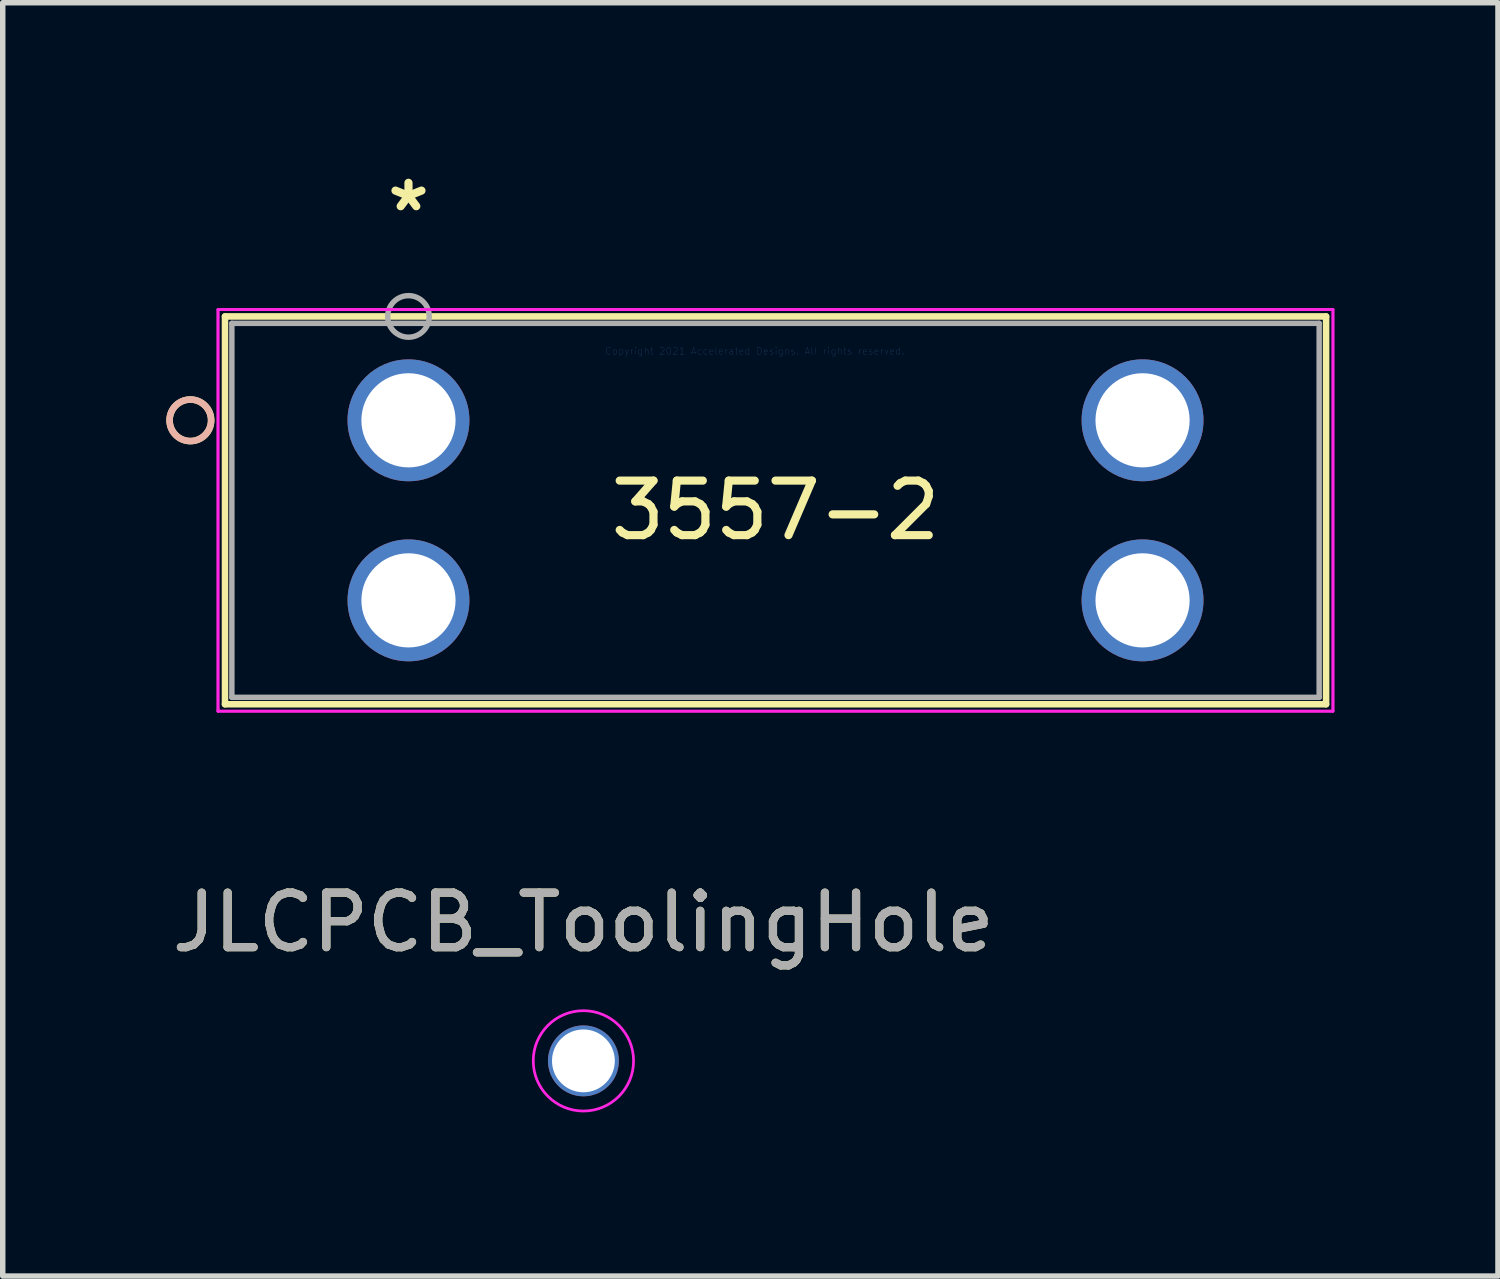
<source format=kicad_pcb>
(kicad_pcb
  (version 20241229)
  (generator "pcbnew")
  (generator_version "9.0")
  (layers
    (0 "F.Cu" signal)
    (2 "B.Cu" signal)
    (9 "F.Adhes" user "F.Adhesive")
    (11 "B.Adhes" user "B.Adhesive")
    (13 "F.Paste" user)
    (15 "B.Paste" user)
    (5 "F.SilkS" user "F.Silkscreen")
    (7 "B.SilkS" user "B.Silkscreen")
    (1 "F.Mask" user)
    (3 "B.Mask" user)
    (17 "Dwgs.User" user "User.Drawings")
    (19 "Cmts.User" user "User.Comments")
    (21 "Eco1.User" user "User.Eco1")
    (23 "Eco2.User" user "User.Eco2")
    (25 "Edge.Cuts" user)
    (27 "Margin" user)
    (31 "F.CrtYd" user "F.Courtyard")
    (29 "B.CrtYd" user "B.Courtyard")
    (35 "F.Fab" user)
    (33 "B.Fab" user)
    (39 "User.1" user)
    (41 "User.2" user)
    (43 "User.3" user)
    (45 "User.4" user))
  (footprint "JLCPCB_ToolingHole"
    (layer "F.Cu")
    (at 7.649 16.405)
    (property "Reference" "JLCPCB_ToolingHole" (at 0 -2.54 0) (layer "F.SilkS") (effects (font (size 1 1) (thickness 0.15))))
    (attr exclude_from_pos_files)
    (fp_circle (center 0 0) (end 0.92 0) (stroke (width 0.05) (type solid)) (fill no) (layer "F.CrtYd"))
    (fp_text user "${REFERENCE}" (at 0 -2.54 0) (layer "F.Fab") (effects (font (size 1 1) (thickness 0.15))))
    (pad "" np_thru_hole circle (at 0 0) (size 1.3 1.3) (drill 1.152) (layers "*.Cu" "*.Mask")))
  (footprint "3557-2"
    (layer "F.Cu")
    (at 4.441 4.658)
    (property "Reference" "3557-2" (at 6.731 1.651 0) (layer "F.SilkS") (effects (font (size 1 1) (thickness 0.15))))
    (attr through_hole)
    (fp_line (start -3.365 -1.905) (end -3.365 5.207) (stroke (width 0.12) (type solid)) (layer "F.SilkS"))
    (fp_line (start -3.365 5.207) (end 16.828 5.207) (stroke (width 0.12) (type solid)) (layer "F.SilkS"))
    (fp_line (start 16.828 -1.905) (end -3.365 -1.905) (stroke (width 0.12) (type solid)) (layer "F.SilkS"))
    (fp_line (start 16.828 5.207) (end 16.828 -1.905) (stroke (width 0.12) (type solid)) (layer "F.SilkS"))
    (fp_circle (center -4 0) (end -3.619 0) (stroke (width 0.12) (type solid)) (fill no) (layer "F.SilkS"))
    (fp_circle (center -4 0) (end -3.619 0) (stroke (width 0.12) (type solid)) (fill no) (layer "B.SilkS"))
    (fp_line (start -3.493 -2.032) (end -3.493 5.334) (stroke (width 0.05) (type solid)) (layer "F.CrtYd"))
    (fp_line (start -3.493 -2.032) (end -3.493 5.334) (stroke (width 0.05) (type solid)) (layer "F.CrtYd"))
    (fp_line (start -3.493 5.334) (end 16.954 5.334) (stroke (width 0.05) (type solid)) (layer "F.CrtYd"))
    (fp_line (start -3.493 5.334) (end 16.954 5.334) (stroke (width 0.05) (type solid)) (layer "F.CrtYd"))
    (fp_line (start 16.954 -2.032) (end -3.493 -2.032) (stroke (width 0.05) (type solid)) (layer "F.CrtYd"))
    (fp_line (start 16.954 -2.032) (end -3.493 -2.032) (stroke (width 0.05) (type solid)) (layer "F.CrtYd"))
    (fp_line (start 16.954 5.334) (end 16.954 -2.032) (stroke (width 0.05) (type solid)) (layer "F.CrtYd"))
    (fp_line (start 16.954 5.334) (end 16.954 -2.032) (stroke (width 0.05) (type solid)) (layer "F.CrtYd"))
    (fp_line (start -3.239 -1.778) (end -3.239 5.08) (stroke (width 0.1) (type solid)) (layer "F.Fab"))
    (fp_line (start -3.239 5.08) (end 16.701 5.08) (stroke (width 0.1) (type solid)) (layer "F.Fab"))
    (fp_line (start 16.701 -1.778) (end -3.239 -1.778) (stroke (width 0.1) (type solid)) (layer "F.Fab"))
    (fp_line (start 16.701 5.08) (end 16.701 -1.778) (stroke (width 0.1) (type solid)) (layer "F.Fab"))
    (fp_circle (center 0 -1.905) (end 0.381 -1.905) (stroke (width 0.1) (type solid)) (fill no) (layer "F.Fab"))
    (fp_text user "*" (at 0 -3.81 0) (layer "F.SilkS") (effects (font (size 1 1) (thickness 0.15))))
    (fp_text user "Copyright 2021 Accelerated Designs. All rights reserved." (at 6.35 -1.27 0) (layer "Cmts.User") (effects (font (size 0.127 0.127) (thickness 0.002))))
    (fp_text user "*" (at 0 0 0) (layer "F.Fab") (effects (font (size 1 1) (thickness 0.15))))
    (pad "1" thru_hole circle (at 0 0) (size 2.235 2.235) (drill 1.727) (layers "*.Cu" "*.Mask"))
    (pad "2" thru_hole circle (at 0 3.302) (size 2.235 2.235) (drill 1.727) (layers "*.Cu" "*.Mask"))
    (pad "3" thru_hole circle (at 13.462 0) (size 2.235 2.235) (drill 1.727) (layers "*.Cu" "*.Mask"))
    (pad "4" thru_hole circle (at 13.462 3.302) (size 2.235 2.235) (drill 1.727) (layers "*.Cu" "*.Mask")))
  (gr_rect
    (start -3 -3)
    (end 24.421 20.351)
    (stroke (width 0.1) (type default))
    (fill no)
    (layer "Edge.Cuts")))
</source>
